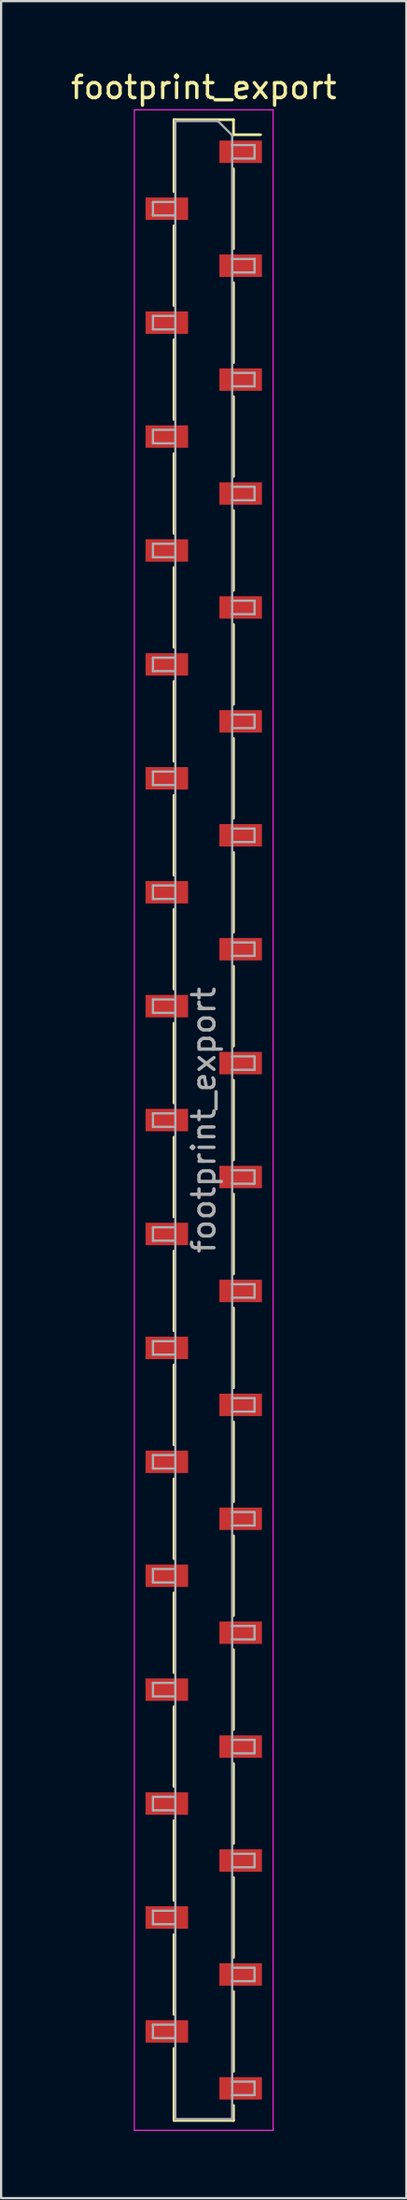
<source format=kicad_pcb>
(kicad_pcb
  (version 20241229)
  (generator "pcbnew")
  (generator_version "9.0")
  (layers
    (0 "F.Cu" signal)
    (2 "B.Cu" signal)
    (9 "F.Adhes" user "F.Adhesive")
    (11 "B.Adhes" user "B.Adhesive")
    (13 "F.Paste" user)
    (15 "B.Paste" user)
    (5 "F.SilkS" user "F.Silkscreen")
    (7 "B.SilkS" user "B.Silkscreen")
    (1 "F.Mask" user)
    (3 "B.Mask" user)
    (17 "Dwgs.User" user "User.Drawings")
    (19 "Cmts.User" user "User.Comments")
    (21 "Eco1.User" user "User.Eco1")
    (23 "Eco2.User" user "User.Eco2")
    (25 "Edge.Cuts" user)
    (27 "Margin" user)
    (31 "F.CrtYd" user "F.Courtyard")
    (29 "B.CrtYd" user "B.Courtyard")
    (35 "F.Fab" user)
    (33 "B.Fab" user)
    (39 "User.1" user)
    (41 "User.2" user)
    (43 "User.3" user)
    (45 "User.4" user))
  (footprint "footprint_export"
    (layer "F.Cu")
    (at 6.054 46.898)
    (property "Reference" "footprint_export" (at 0 -46.05 0) (layer "F.SilkS") (effects (font (size 1 1) (thickness 0.15))))
    (attr smd)
    (fp_line (start -1.33 -44.61) (end -1.33 -41.4) (stroke (width 0.12) (type solid)) (layer "F.SilkS"))
    (fp_line (start -1.33 -44.61) (end 1.33 -44.61) (stroke (width 0.12) (type solid)) (layer "F.SilkS"))
    (fp_line (start -1.33 -39.88) (end -1.33 -36.32) (stroke (width 0.12) (type solid)) (layer "F.SilkS"))
    (fp_line (start -1.33 -34.8) (end -1.33 -31.24) (stroke (width 0.12) (type solid)) (layer "F.SilkS"))
    (fp_line (start -1.33 -29.72) (end -1.33 -26.16) (stroke (width 0.12) (type solid)) (layer "F.SilkS"))
    (fp_line (start -1.33 -24.64) (end -1.33 -21.08) (stroke (width 0.12) (type solid)) (layer "F.SilkS"))
    (fp_line (start -1.33 -19.56) (end -1.33 -16) (stroke (width 0.12) (type solid)) (layer "F.SilkS"))
    (fp_line (start -1.33 -14.48) (end -1.33 -10.92) (stroke (width 0.12) (type solid)) (layer "F.SilkS"))
    (fp_line (start -1.33 -9.4) (end -1.33 -5.84) (stroke (width 0.12) (type solid)) (layer "F.SilkS"))
    (fp_line (start -1.33 -4.32) (end -1.33 -0.76) (stroke (width 0.12) (type solid)) (layer "F.SilkS"))
    (fp_line (start -1.33 0.76) (end -1.33 4.32) (stroke (width 0.12) (type solid)) (layer "F.SilkS"))
    (fp_line (start -1.33 5.84) (end -1.33 9.4) (stroke (width 0.12) (type solid)) (layer "F.SilkS"))
    (fp_line (start -1.33 10.92) (end -1.33 14.48) (stroke (width 0.12) (type solid)) (layer "F.SilkS"))
    (fp_line (start -1.33 16) (end -1.33 19.56) (stroke (width 0.12) (type solid)) (layer "F.SilkS"))
    (fp_line (start -1.33 21.08) (end -1.33 24.64) (stroke (width 0.12) (type solid)) (layer "F.SilkS"))
    (fp_line (start -1.33 26.16) (end -1.33 29.72) (stroke (width 0.12) (type solid)) (layer "F.SilkS"))
    (fp_line (start -1.33 31.24) (end -1.33 34.8) (stroke (width 0.12) (type solid)) (layer "F.SilkS"))
    (fp_line (start -1.33 36.32) (end -1.33 39.88) (stroke (width 0.12) (type solid)) (layer "F.SilkS"))
    (fp_line (start -1.33 41.4) (end -1.33 44.61) (stroke (width 0.12) (type solid)) (layer "F.SilkS"))
    (fp_line (start -1.33 44.61) (end 1.33 44.61) (stroke (width 0.12) (type solid)) (layer "F.SilkS"))
    (fp_line (start 1.33 -44.61) (end 1.33 -43.94) (stroke (width 0.12) (type solid)) (layer "F.SilkS"))
    (fp_line (start 1.33 -43.94) (end 2.54 -43.94) (stroke (width 0.12) (type solid)) (layer "F.SilkS"))
    (fp_line (start 1.33 -42.42) (end 1.33 -38.86) (stroke (width 0.12) (type solid)) (layer "F.SilkS"))
    (fp_line (start 1.33 -37.34) (end 1.33 -33.78) (stroke (width 0.12) (type solid)) (layer "F.SilkS"))
    (fp_line (start 1.33 -32.26) (end 1.33 -28.7) (stroke (width 0.12) (type solid)) (layer "F.SilkS"))
    (fp_line (start 1.33 -27.18) (end 1.33 -23.62) (stroke (width 0.12) (type solid)) (layer "F.SilkS"))
    (fp_line (start 1.33 -22.1) (end 1.33 -18.54) (stroke (width 0.12) (type solid)) (layer "F.SilkS"))
    (fp_line (start 1.33 -17.02) (end 1.33 -13.46) (stroke (width 0.12) (type solid)) (layer "F.SilkS"))
    (fp_line (start 1.33 -11.94) (end 1.33 -8.38) (stroke (width 0.12) (type solid)) (layer "F.SilkS"))
    (fp_line (start 1.33 -6.86) (end 1.33 -3.3) (stroke (width 0.12) (type solid)) (layer "F.SilkS"))
    (fp_line (start 1.33 -1.78) (end 1.33 1.78) (stroke (width 0.12) (type solid)) (layer "F.SilkS"))
    (fp_line (start 1.33 3.3) (end 1.33 6.86) (stroke (width 0.12) (type solid)) (layer "F.SilkS"))
    (fp_line (start 1.33 8.38) (end 1.33 11.94) (stroke (width 0.12) (type solid)) (layer "F.SilkS"))
    (fp_line (start 1.33 13.46) (end 1.33 17.02) (stroke (width 0.12) (type solid)) (layer "F.SilkS"))
    (fp_line (start 1.33 18.54) (end 1.33 22.1) (stroke (width 0.12) (type solid)) (layer "F.SilkS"))
    (fp_line (start 1.33 23.62) (end 1.33 27.18) (stroke (width 0.12) (type solid)) (layer "F.SilkS"))
    (fp_line (start 1.33 28.7) (end 1.33 32.26) (stroke (width 0.12) (type solid)) (layer "F.SilkS"))
    (fp_line (start 1.33 33.78) (end 1.33 37.34) (stroke (width 0.12) (type solid)) (layer "F.SilkS"))
    (fp_line (start 1.33 38.86) (end 1.33 42.42) (stroke (width 0.12) (type solid)) (layer "F.SilkS"))
    (fp_line (start 1.33 43.94) (end 1.33 44.61) (stroke (width 0.12) (type solid)) (layer "F.SilkS"))
    (fp_line (start -3.1 -45.05) (end 3.1 -45.05) (stroke (width 0.05) (type solid)) (layer "F.CrtYd"))
    (fp_line (start -3.1 45.05) (end -3.1 -45.05) (stroke (width 0.05) (type solid)) (layer "F.CrtYd"))
    (fp_line (start 3.1 -45.05) (end 3.1 45.05) (stroke (width 0.05) (type solid)) (layer "F.CrtYd"))
    (fp_line (start 3.1 45.05) (end -3.1 45.05) (stroke (width 0.05) (type solid)) (layer "F.CrtYd"))
    (fp_line (start -2.27 -40.94) (end -1.27 -40.94) (stroke (width 0.1) (type solid)) (layer "F.Fab"))
    (fp_line (start -2.27 -40.34) (end -2.27 -40.94) (stroke (width 0.1) (type solid)) (layer "F.Fab"))
    (fp_line (start -2.27 -35.86) (end -1.27 -35.86) (stroke (width 0.1) (type solid)) (layer "F.Fab"))
    (fp_line (start -2.27 -35.26) (end -2.27 -35.86) (stroke (width 0.1) (type solid)) (layer "F.Fab"))
    (fp_line (start -2.27 -30.78) (end -1.27 -30.78) (stroke (width 0.1) (type solid)) (layer "F.Fab"))
    (fp_line (start -2.27 -30.18) (end -2.27 -30.78) (stroke (width 0.1) (type solid)) (layer "F.Fab"))
    (fp_line (start -2.27 -25.7) (end -1.27 -25.7) (stroke (width 0.1) (type solid)) (layer "F.Fab"))
    (fp_line (start -2.27 -25.1) (end -2.27 -25.7) (stroke (width 0.1) (type solid)) (layer "F.Fab"))
    (fp_line (start -2.27 -20.62) (end -1.27 -20.62) (stroke (width 0.1) (type solid)) (layer "F.Fab"))
    (fp_line (start -2.27 -20.02) (end -2.27 -20.62) (stroke (width 0.1) (type solid)) (layer "F.Fab"))
    (fp_line (start -2.27 -15.54) (end -1.27 -15.54) (stroke (width 0.1) (type solid)) (layer "F.Fab"))
    (fp_line (start -2.27 -14.94) (end -2.27 -15.54) (stroke (width 0.1) (type solid)) (layer "F.Fab"))
    (fp_line (start -2.27 -10.46) (end -1.27 -10.46) (stroke (width 0.1) (type solid)) (layer "F.Fab"))
    (fp_line (start -2.27 -9.86) (end -2.27 -10.46) (stroke (width 0.1) (type solid)) (layer "F.Fab"))
    (fp_line (start -2.27 -5.38) (end -1.27 -5.38) (stroke (width 0.1) (type solid)) (layer "F.Fab"))
    (fp_line (start -2.27 -4.78) (end -2.27 -5.38) (stroke (width 0.1) (type solid)) (layer "F.Fab"))
    (fp_line (start -2.27 -0.3) (end -1.27 -0.3) (stroke (width 0.1) (type solid)) (layer "F.Fab"))
    (fp_line (start -2.27 0.3) (end -2.27 -0.3) (stroke (width 0.1) (type solid)) (layer "F.Fab"))
    (fp_line (start -2.27 4.78) (end -1.27 4.78) (stroke (width 0.1) (type solid)) (layer "F.Fab"))
    (fp_line (start -2.27 5.38) (end -2.27 4.78) (stroke (width 0.1) (type solid)) (layer "F.Fab"))
    (fp_line (start -2.27 9.86) (end -1.27 9.86) (stroke (width 0.1) (type solid)) (layer "F.Fab"))
    (fp_line (start -2.27 10.46) (end -2.27 9.86) (stroke (width 0.1) (type solid)) (layer "F.Fab"))
    (fp_line (start -2.27 14.94) (end -1.27 14.94) (stroke (width 0.1) (type solid)) (layer "F.Fab"))
    (fp_line (start -2.27 15.54) (end -2.27 14.94) (stroke (width 0.1) (type solid)) (layer "F.Fab"))
    (fp_line (start -2.27 20.02) (end -1.27 20.02) (stroke (width 0.1) (type solid)) (layer "F.Fab"))
    (fp_line (start -2.27 20.62) (end -2.27 20.02) (stroke (width 0.1) (type solid)) (layer "F.Fab"))
    (fp_line (start -2.27 25.1) (end -1.27 25.1) (stroke (width 0.1) (type solid)) (layer "F.Fab"))
    (fp_line (start -2.27 25.7) (end -2.27 25.1) (stroke (width 0.1) (type solid)) (layer "F.Fab"))
    (fp_line (start -2.27 30.18) (end -1.27 30.18) (stroke (width 0.1) (type solid)) (layer "F.Fab"))
    (fp_line (start -2.27 30.78) (end -2.27 30.18) (stroke (width 0.1) (type solid)) (layer "F.Fab"))
    (fp_line (start -2.27 35.26) (end -1.27 35.26) (stroke (width 0.1) (type solid)) (layer "F.Fab"))
    (fp_line (start -2.27 35.86) (end -2.27 35.26) (stroke (width 0.1) (type solid)) (layer "F.Fab"))
    (fp_line (start -2.27 40.34) (end -1.27 40.34) (stroke (width 0.1) (type solid)) (layer "F.Fab"))
    (fp_line (start -2.27 40.94) (end -2.27 40.34) (stroke (width 0.1) (type solid)) (layer "F.Fab"))
    (fp_line (start -1.27 -44.55) (end 0.635 -44.55) (stroke (width 0.1) (type solid)) (layer "F.Fab"))
    (fp_line (start -1.27 -40.34) (end -2.27 -40.34) (stroke (width 0.1) (type solid)) (layer "F.Fab"))
    (fp_line (start -1.27 -35.26) (end -2.27 -35.26) (stroke (width 0.1) (type solid)) (layer "F.Fab"))
    (fp_line (start -1.27 -30.18) (end -2.27 -30.18) (stroke (width 0.1) (type solid)) (layer "F.Fab"))
    (fp_line (start -1.27 -25.1) (end -2.27 -25.1) (stroke (width 0.1) (type solid)) (layer "F.Fab"))
    (fp_line (start -1.27 -20.02) (end -2.27 -20.02) (stroke (width 0.1) (type solid)) (layer "F.Fab"))
    (fp_line (start -1.27 -14.94) (end -2.27 -14.94) (stroke (width 0.1) (type solid)) (layer "F.Fab"))
    (fp_line (start -1.27 -9.86) (end -2.27 -9.86) (stroke (width 0.1) (type solid)) (layer "F.Fab"))
    (fp_line (start -1.27 -4.78) (end -2.27 -4.78) (stroke (width 0.1) (type solid)) (layer "F.Fab"))
    (fp_line (start -1.27 0.3) (end -2.27 0.3) (stroke (width 0.1) (type solid)) (layer "F.Fab"))
    (fp_line (start -1.27 5.38) (end -2.27 5.38) (stroke (width 0.1) (type solid)) (layer "F.Fab"))
    (fp_line (start -1.27 10.46) (end -2.27 10.46) (stroke (width 0.1) (type solid)) (layer "F.Fab"))
    (fp_line (start -1.27 15.54) (end -2.27 15.54) (stroke (width 0.1) (type solid)) (layer "F.Fab"))
    (fp_line (start -1.27 20.62) (end -2.27 20.62) (stroke (width 0.1) (type solid)) (layer "F.Fab"))
    (fp_line (start -1.27 25.7) (end -2.27 25.7) (stroke (width 0.1) (type solid)) (layer "F.Fab"))
    (fp_line (start -1.27 30.78) (end -2.27 30.78) (stroke (width 0.1) (type solid)) (layer "F.Fab"))
    (fp_line (start -1.27 35.86) (end -2.27 35.86) (stroke (width 0.1) (type solid)) (layer "F.Fab"))
    (fp_line (start -1.27 40.94) (end -2.27 40.94) (stroke (width 0.1) (type solid)) (layer "F.Fab"))
    (fp_line (start -1.27 44.55) (end -1.27 -44.55) (stroke (width 0.1) (type solid)) (layer "F.Fab"))
    (fp_line (start 0.635 -44.55) (end 1.27 -43.915) (stroke (width 0.1) (type solid)) (layer "F.Fab"))
    (fp_line (start 1.27 -43.915) (end 1.27 44.55) (stroke (width 0.1) (type solid)) (layer "F.Fab"))
    (fp_line (start 1.27 -43.48) (end 2.27 -43.48) (stroke (width 0.1) (type solid)) (layer "F.Fab"))
    (fp_line (start 1.27 -38.4) (end 2.27 -38.4) (stroke (width 0.1) (type solid)) (layer "F.Fab"))
    (fp_line (start 1.27 -33.32) (end 2.27 -33.32) (stroke (width 0.1) (type solid)) (layer "F.Fab"))
    (fp_line (start 1.27 -28.24) (end 2.27 -28.24) (stroke (width 0.1) (type solid)) (layer "F.Fab"))
    (fp_line (start 1.27 -23.16) (end 2.27 -23.16) (stroke (width 0.1) (type solid)) (layer "F.Fab"))
    (fp_line (start 1.27 -18.08) (end 2.27 -18.08) (stroke (width 0.1) (type solid)) (layer "F.Fab"))
    (fp_line (start 1.27 -13) (end 2.27 -13) (stroke (width 0.1) (type solid)) (layer "F.Fab"))
    (fp_line (start 1.27 -7.92) (end 2.27 -7.92) (stroke (width 0.1) (type solid)) (layer "F.Fab"))
    (fp_line (start 1.27 -2.84) (end 2.27 -2.84) (stroke (width 0.1) (type solid)) (layer "F.Fab"))
    (fp_line (start 1.27 2.24) (end 2.27 2.24) (stroke (width 0.1) (type solid)) (layer "F.Fab"))
    (fp_line (start 1.27 7.32) (end 2.27 7.32) (stroke (width 0.1) (type solid)) (layer "F.Fab"))
    (fp_line (start 1.27 12.4) (end 2.27 12.4) (stroke (width 0.1) (type solid)) (layer "F.Fab"))
    (fp_line (start 1.27 17.48) (end 2.27 17.48) (stroke (width 0.1) (type solid)) (layer "F.Fab"))
    (fp_line (start 1.27 22.56) (end 2.27 22.56) (stroke (width 0.1) (type solid)) (layer "F.Fab"))
    (fp_line (start 1.27 27.64) (end 2.27 27.64) (stroke (width 0.1) (type solid)) (layer "F.Fab"))
    (fp_line (start 1.27 32.72) (end 2.27 32.72) (stroke (width 0.1) (type solid)) (layer "F.Fab"))
    (fp_line (start 1.27 37.8) (end 2.27 37.8) (stroke (width 0.1) (type solid)) (layer "F.Fab"))
    (fp_line (start 1.27 42.88) (end 2.27 42.88) (stroke (width 0.1) (type solid)) (layer "F.Fab"))
    (fp_line (start 1.27 44.55) (end -1.27 44.55) (stroke (width 0.1) (type solid)) (layer "F.Fab"))
    (fp_line (start 2.27 -43.48) (end 2.27 -42.88) (stroke (width 0.1) (type solid)) (layer "F.Fab"))
    (fp_line (start 2.27 -42.88) (end 1.27 -42.88) (stroke (width 0.1) (type solid)) (layer "F.Fab"))
    (fp_line (start 2.27 -38.4) (end 2.27 -37.8) (stroke (width 0.1) (type solid)) (layer "F.Fab"))
    (fp_line (start 2.27 -37.8) (end 1.27 -37.8) (stroke (width 0.1) (type solid)) (layer "F.Fab"))
    (fp_line (start 2.27 -33.32) (end 2.27 -32.72) (stroke (width 0.1) (type solid)) (layer "F.Fab"))
    (fp_line (start 2.27 -32.72) (end 1.27 -32.72) (stroke (width 0.1) (type solid)) (layer "F.Fab"))
    (fp_line (start 2.27 -28.24) (end 2.27 -27.64) (stroke (width 0.1) (type solid)) (layer "F.Fab"))
    (fp_line (start 2.27 -27.64) (end 1.27 -27.64) (stroke (width 0.1) (type solid)) (layer "F.Fab"))
    (fp_line (start 2.27 -23.16) (end 2.27 -22.56) (stroke (width 0.1) (type solid)) (layer "F.Fab"))
    (fp_line (start 2.27 -22.56) (end 1.27 -22.56) (stroke (width 0.1) (type solid)) (layer "F.Fab"))
    (fp_line (start 2.27 -18.08) (end 2.27 -17.48) (stroke (width 0.1) (type solid)) (layer "F.Fab"))
    (fp_line (start 2.27 -17.48) (end 1.27 -17.48) (stroke (width 0.1) (type solid)) (layer "F.Fab"))
    (fp_line (start 2.27 -13) (end 2.27 -12.4) (stroke (width 0.1) (type solid)) (layer "F.Fab"))
    (fp_line (start 2.27 -12.4) (end 1.27 -12.4) (stroke (width 0.1) (type solid)) (layer "F.Fab"))
    (fp_line (start 2.27 -7.92) (end 2.27 -7.32) (stroke (width 0.1) (type solid)) (layer "F.Fab"))
    (fp_line (start 2.27 -7.32) (end 1.27 -7.32) (stroke (width 0.1) (type solid)) (layer "F.Fab"))
    (fp_line (start 2.27 -2.84) (end 2.27 -2.24) (stroke (width 0.1) (type solid)) (layer "F.Fab"))
    (fp_line (start 2.27 -2.24) (end 1.27 -2.24) (stroke (width 0.1) (type solid)) (layer "F.Fab"))
    (fp_line (start 2.27 2.24) (end 2.27 2.84) (stroke (width 0.1) (type solid)) (layer "F.Fab"))
    (fp_line (start 2.27 2.84) (end 1.27 2.84) (stroke (width 0.1) (type solid)) (layer "F.Fab"))
    (fp_line (start 2.27 7.32) (end 2.27 7.92) (stroke (width 0.1) (type solid)) (layer "F.Fab"))
    (fp_line (start 2.27 7.92) (end 1.27 7.92) (stroke (width 0.1) (type solid)) (layer "F.Fab"))
    (fp_line (start 2.27 12.4) (end 2.27 13) (stroke (width 0.1) (type solid)) (layer "F.Fab"))
    (fp_line (start 2.27 13) (end 1.27 13) (stroke (width 0.1) (type solid)) (layer "F.Fab"))
    (fp_line (start 2.27 17.48) (end 2.27 18.08) (stroke (width 0.1) (type solid)) (layer "F.Fab"))
    (fp_line (start 2.27 18.08) (end 1.27 18.08) (stroke (width 0.1) (type solid)) (layer "F.Fab"))
    (fp_line (start 2.27 22.56) (end 2.27 23.16) (stroke (width 0.1) (type solid)) (layer "F.Fab"))
    (fp_line (start 2.27 23.16) (end 1.27 23.16) (stroke (width 0.1) (type solid)) (layer "F.Fab"))
    (fp_line (start 2.27 27.64) (end 2.27 28.24) (stroke (width 0.1) (type solid)) (layer "F.Fab"))
    (fp_line (start 2.27 28.24) (end 1.27 28.24) (stroke (width 0.1) (type solid)) (layer "F.Fab"))
    (fp_line (start 2.27 32.72) (end 2.27 33.32) (stroke (width 0.1) (type solid)) (layer "F.Fab"))
    (fp_line (start 2.27 33.32) (end 1.27 33.32) (stroke (width 0.1) (type solid)) (layer "F.Fab"))
    (fp_line (start 2.27 37.8) (end 2.27 38.4) (stroke (width 0.1) (type solid)) (layer "F.Fab"))
    (fp_line (start 2.27 38.4) (end 1.27 38.4) (stroke (width 0.1) (type solid)) (layer "F.Fab"))
    (fp_line (start 2.27 42.88) (end 2.27 43.48) (stroke (width 0.1) (type solid)) (layer "F.Fab"))
    (fp_line (start 2.27 43.48) (end 1.27 43.48) (stroke (width 0.1) (type solid)) (layer "F.Fab"))
    (fp_text user "${REFERENCE}" (at 0 0 90) (layer "F.Fab") (effects (font (size 1 1) (thickness 0.15))))
    (pad "1" smd rect (at 1.65 -43.18) (size 1.9 1) (layers "F.Cu" "F.Mask" "F.Paste"))
    (pad "2" smd rect (at -1.65 -40.64) (size 1.9 1) (layers "F.Cu" "F.Mask" "F.Paste"))
    (pad "3" smd rect (at 1.65 -38.1) (size 1.9 1) (layers "F.Cu" "F.Mask" "F.Paste"))
    (pad "4" smd rect (at -1.65 -35.56) (size 1.9 1) (layers "F.Cu" "F.Mask" "F.Paste"))
    (pad "5" smd rect (at 1.65 -33.02) (size 1.9 1) (layers "F.Cu" "F.Mask" "F.Paste"))
    (pad "6" smd rect (at -1.65 -30.48) (size 1.9 1) (layers "F.Cu" "F.Mask" "F.Paste"))
    (pad "7" smd rect (at 1.65 -27.94) (size 1.9 1) (layers "F.Cu" "F.Mask" "F.Paste"))
    (pad "8" smd rect (at -1.65 -25.4) (size 1.9 1) (layers "F.Cu" "F.Mask" "F.Paste"))
    (pad "9" smd rect (at 1.65 -22.86) (size 1.9 1) (layers "F.Cu" "F.Mask" "F.Paste"))
    (pad "10" smd rect (at -1.65 -20.32) (size 1.9 1) (layers "F.Cu" "F.Mask" "F.Paste"))
    (pad "11" smd rect (at 1.65 -17.78) (size 1.9 1) (layers "F.Cu" "F.Mask" "F.Paste"))
    (pad "12" smd rect (at -1.65 -15.24) (size 1.9 1) (layers "F.Cu" "F.Mask" "F.Paste"))
    (pad "13" smd rect (at 1.65 -12.7) (size 1.9 1) (layers "F.Cu" "F.Mask" "F.Paste"))
    (pad "14" smd rect (at -1.65 -10.16) (size 1.9 1) (layers "F.Cu" "F.Mask" "F.Paste"))
    (pad "15" smd rect (at 1.65 -7.62) (size 1.9 1) (layers "F.Cu" "F.Mask" "F.Paste"))
    (pad "16" smd rect (at -1.65 -5.08) (size 1.9 1) (layers "F.Cu" "F.Mask" "F.Paste"))
    (pad "17" smd rect (at 1.65 -2.54) (size 1.9 1) (layers "F.Cu" "F.Mask" "F.Paste"))
    (pad "18" smd rect (at -1.65 0) (size 1.9 1) (layers "F.Cu" "F.Mask" "F.Paste"))
    (pad "19" smd rect (at 1.65 2.54) (size 1.9 1) (layers "F.Cu" "F.Mask" "F.Paste"))
    (pad "20" smd rect (at -1.65 5.08) (size 1.9 1) (layers "F.Cu" "F.Mask" "F.Paste"))
    (pad "21" smd rect (at 1.65 7.62) (size 1.9 1) (layers "F.Cu" "F.Mask" "F.Paste"))
    (pad "22" smd rect (at -1.65 10.16) (size 1.9 1) (layers "F.Cu" "F.Mask" "F.Paste"))
    (pad "23" smd rect (at 1.65 12.7) (size 1.9 1) (layers "F.Cu" "F.Mask" "F.Paste"))
    (pad "24" smd rect (at -1.65 15.24) (size 1.9 1) (layers "F.Cu" "F.Mask" "F.Paste"))
    (pad "25" smd rect (at 1.65 17.78) (size 1.9 1) (layers "F.Cu" "F.Mask" "F.Paste"))
    (pad "26" smd rect (at -1.65 20.32) (size 1.9 1) (layers "F.Cu" "F.Mask" "F.Paste"))
    (pad "27" smd rect (at 1.65 22.86) (size 1.9 1) (layers "F.Cu" "F.Mask" "F.Paste"))
    (pad "28" smd rect (at -1.65 25.4) (size 1.9 1) (layers "F.Cu" "F.Mask" "F.Paste"))
    (pad "29" smd rect (at 1.65 27.94) (size 1.9 1) (layers "F.Cu" "F.Mask" "F.Paste"))
    (pad "30" smd rect (at -1.65 30.48) (size 1.9 1) (layers "F.Cu" "F.Mask" "F.Paste"))
    (pad "31" smd rect (at 1.65 33.02) (size 1.9 1) (layers "F.Cu" "F.Mask" "F.Paste"))
    (pad "32" smd rect (at -1.65 35.56) (size 1.9 1) (layers "F.Cu" "F.Mask" "F.Paste"))
    (pad "33" smd rect (at 1.65 38.1) (size 1.9 1) (layers "F.Cu" "F.Mask" "F.Paste"))
    (pad "34" smd rect (at -1.65 40.64) (size 1.9 1) (layers "F.Cu" "F.Mask" "F.Paste"))
    (pad "35" smd rect (at 1.65 43.18) (size 1.9 1) (layers "F.Cu" "F.Mask" "F.Paste")))
  (gr_rect
    (start -3 -3)
    (end 15.107 94.973)
    (stroke (width 0.1) (type default))
    (fill no)
    (layer "Edge.Cuts")))
</source>
